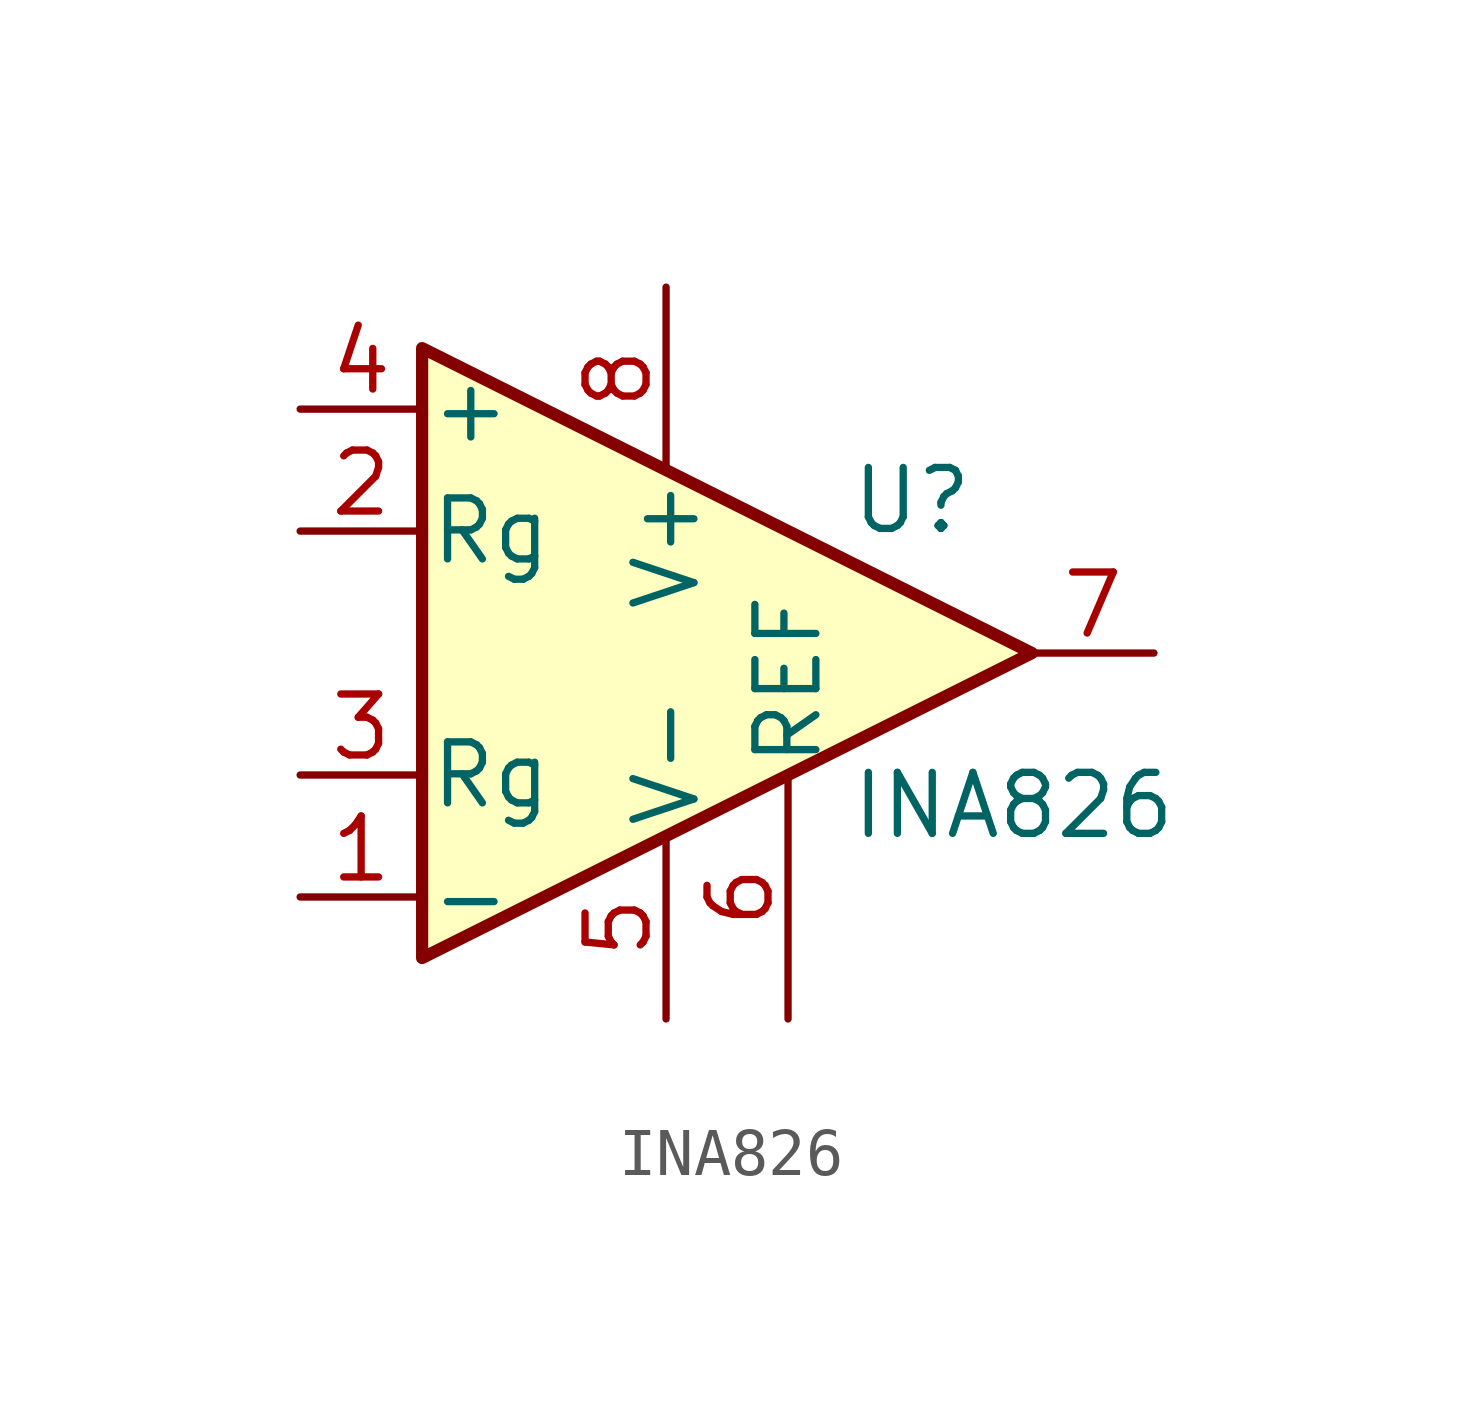
<source format=kicad_sym>
(kicad_symbol_lib
  (version 20211014)
  (generator kicad_symbol_editor)
  (symbol "INA826"
    (pin_names
      (offset 0.127))
    (property "Reference" "U"
      (at 3.81 3.175 0)
      (effects (font (size 1.27 1.27)) (justify left)))
    (property "Value" "INA826"
      (at 3.81 -3.175 0)
      (effects (font (size 1.27 1.27)) (justify left)))
    (symbol "INA826_0_1"
      (polyline (pts (xy 7.62 0) (xy -5.08 6.35) (xy -5.08 -6.35) (xy 7.62 0)) (stroke (width 0.254) (type default) (color 0 0 0 0)) (fill (type background))))
    (symbol "INA826_1_1"
      (pin input line (at -7.62 -5.08 0) (length 2.54) (name "-" (effects (font (size 1.27 1.27)))) (number "1" (effects (font (size 1.27 1.27)))))
      (pin passive line (at -7.62 2.54 0) (length 2.54) (name "Rg" (effects (font (size 1.27 1.27)))) (number "2" (effects (font (size 1.27 1.27)))))
      (pin passive line (at -7.62 -2.54 0) (length 2.54) (name "Rg" (effects (font (size 1.27 1.27)))) (number "3" (effects (font (size 1.27 1.27)))))
      (pin input line (at -7.62 5.08 0) (length 2.54) (name "+" (effects (font (size 1.27 1.27)))) (number "4" (effects (font (size 1.27 1.27)))))
      (pin power_in line (at 0 -7.62 90) (length 3.81) (name "V-" (effects (font (size 1.27 1.27)))) (number "5" (effects (font (size 1.27 1.27)))))
      (pin input line (at 2.54 -7.62 90) (length 5.08) (name "REF" (effects (font (size 1.27 1.27)))) (number "6" (effects (font (size 1.27 1.27)))))
      (pin output line (at 10.16 0 180) (length 2.54) (name "~" (effects (font (size 1.27 1.27)))) (number "7" (effects (font (size 1.27 1.27)))))
      (pin power_in line (at 0 7.62 270) (length 3.81) (name "V+" (effects (font (size 1.27 1.27)))) (number "8" (effects (font (size 1.27 1.27))))))))
</source>
